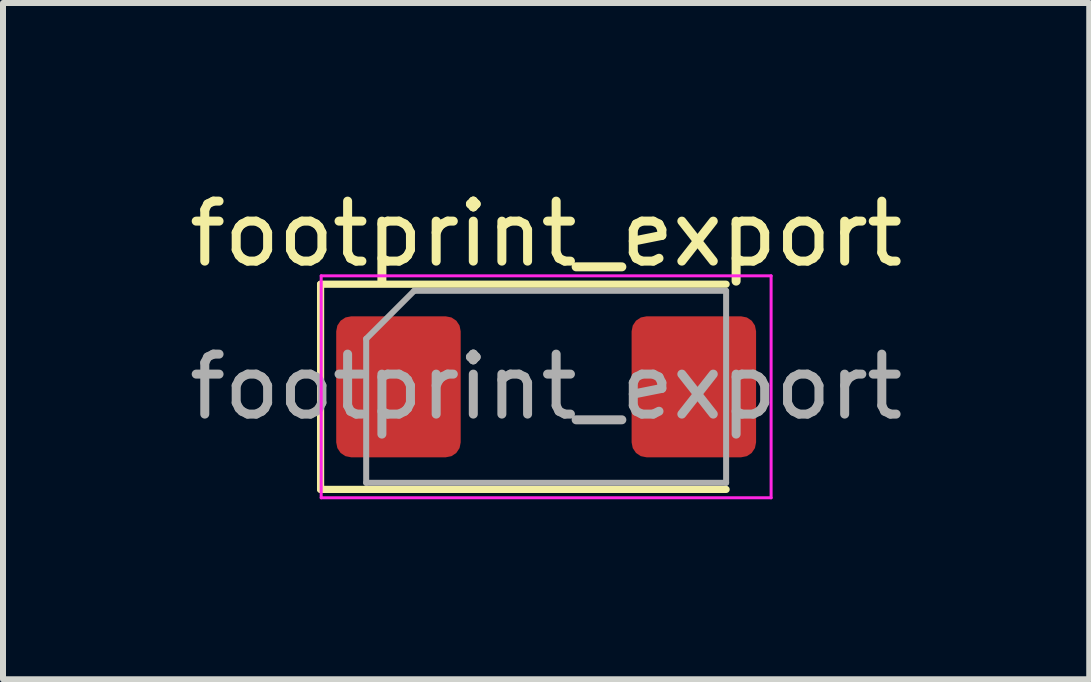
<source format=kicad_pcb>
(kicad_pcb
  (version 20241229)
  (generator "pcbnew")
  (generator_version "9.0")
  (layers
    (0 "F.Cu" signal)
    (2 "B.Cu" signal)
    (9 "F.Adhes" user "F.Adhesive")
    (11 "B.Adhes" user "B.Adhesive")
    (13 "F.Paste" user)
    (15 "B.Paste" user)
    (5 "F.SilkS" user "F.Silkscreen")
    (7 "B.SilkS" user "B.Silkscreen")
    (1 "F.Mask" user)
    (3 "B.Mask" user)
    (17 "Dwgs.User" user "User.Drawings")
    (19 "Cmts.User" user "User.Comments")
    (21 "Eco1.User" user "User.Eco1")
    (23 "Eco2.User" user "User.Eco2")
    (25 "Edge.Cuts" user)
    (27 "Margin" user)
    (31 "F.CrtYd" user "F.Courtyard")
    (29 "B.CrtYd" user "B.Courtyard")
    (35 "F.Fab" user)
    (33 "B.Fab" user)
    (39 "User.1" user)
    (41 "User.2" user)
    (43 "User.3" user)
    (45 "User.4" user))
  (footprint "footprint_export"
    (layer "F.Cu")
    (at 6.054 3.398)
    (property "Reference" "footprint_export" (at 0 -2.55 0) (layer "F.SilkS") (effects (font (size 1 1) (thickness 0.15))))
    (attr smd)
    (fp_line (start -3.76 -1.71) (end -3.76 1.71) (stroke (width 0.12) (type solid)) (layer "F.SilkS"))
    (fp_line (start -3.76 1.71) (end 3 1.71) (stroke (width 0.12) (type solid)) (layer "F.SilkS"))
    (fp_line (start 3 -1.71) (end -3.76 -1.71) (stroke (width 0.12) (type solid)) (layer "F.SilkS"))
    (fp_line (start -3.75 -1.85) (end 3.75 -1.85) (stroke (width 0.05) (type solid)) (layer "F.CrtYd"))
    (fp_line (start -3.75 1.85) (end -3.75 -1.85) (stroke (width 0.05) (type solid)) (layer "F.CrtYd"))
    (fp_line (start 3.75 -1.85) (end 3.75 1.85) (stroke (width 0.05) (type solid)) (layer "F.CrtYd"))
    (fp_line (start 3.75 1.85) (end -3.75 1.85) (stroke (width 0.05) (type solid)) (layer "F.CrtYd"))
    (fp_line (start -3 -0.8) (end -3 1.6) (stroke (width 0.1) (type solid)) (layer "F.Fab"))
    (fp_line (start -3 1.6) (end 3 1.6) (stroke (width 0.1) (type solid)) (layer "F.Fab"))
    (fp_line (start -2.2 -1.6) (end -3 -0.8) (stroke (width 0.1) (type solid)) (layer "F.Fab"))
    (fp_line (start 3 -1.6) (end -2.2 -1.6) (stroke (width 0.1) (type solid)) (layer "F.Fab"))
    (fp_line (start 3 1.6) (end 3 -1.6) (stroke (width 0.1) (type solid)) (layer "F.Fab"))
    (fp_text user "${REFERENCE}" (at 0 0 0) (layer "F.Fab") (effects (font (size 1 1) (thickness 0.15))))
    (pad "1" smd roundrect (at -2.462 0) (size 2.075 2.35) (layers "F.Cu" "F.Mask" "F.Paste") (roundrect_rratio 0.12))
    (pad "2" smd roundrect (at 2.462 0) (size 2.075 2.35) (layers "F.Cu" "F.Mask" "F.Paste") (roundrect_rratio 0.12)))
  (gr_rect
    (start -3 -3)
    (end 15.107 8.273)
    (stroke (width 0.1) (type default))
    (fill no)
    (layer "Edge.Cuts")))
</source>
